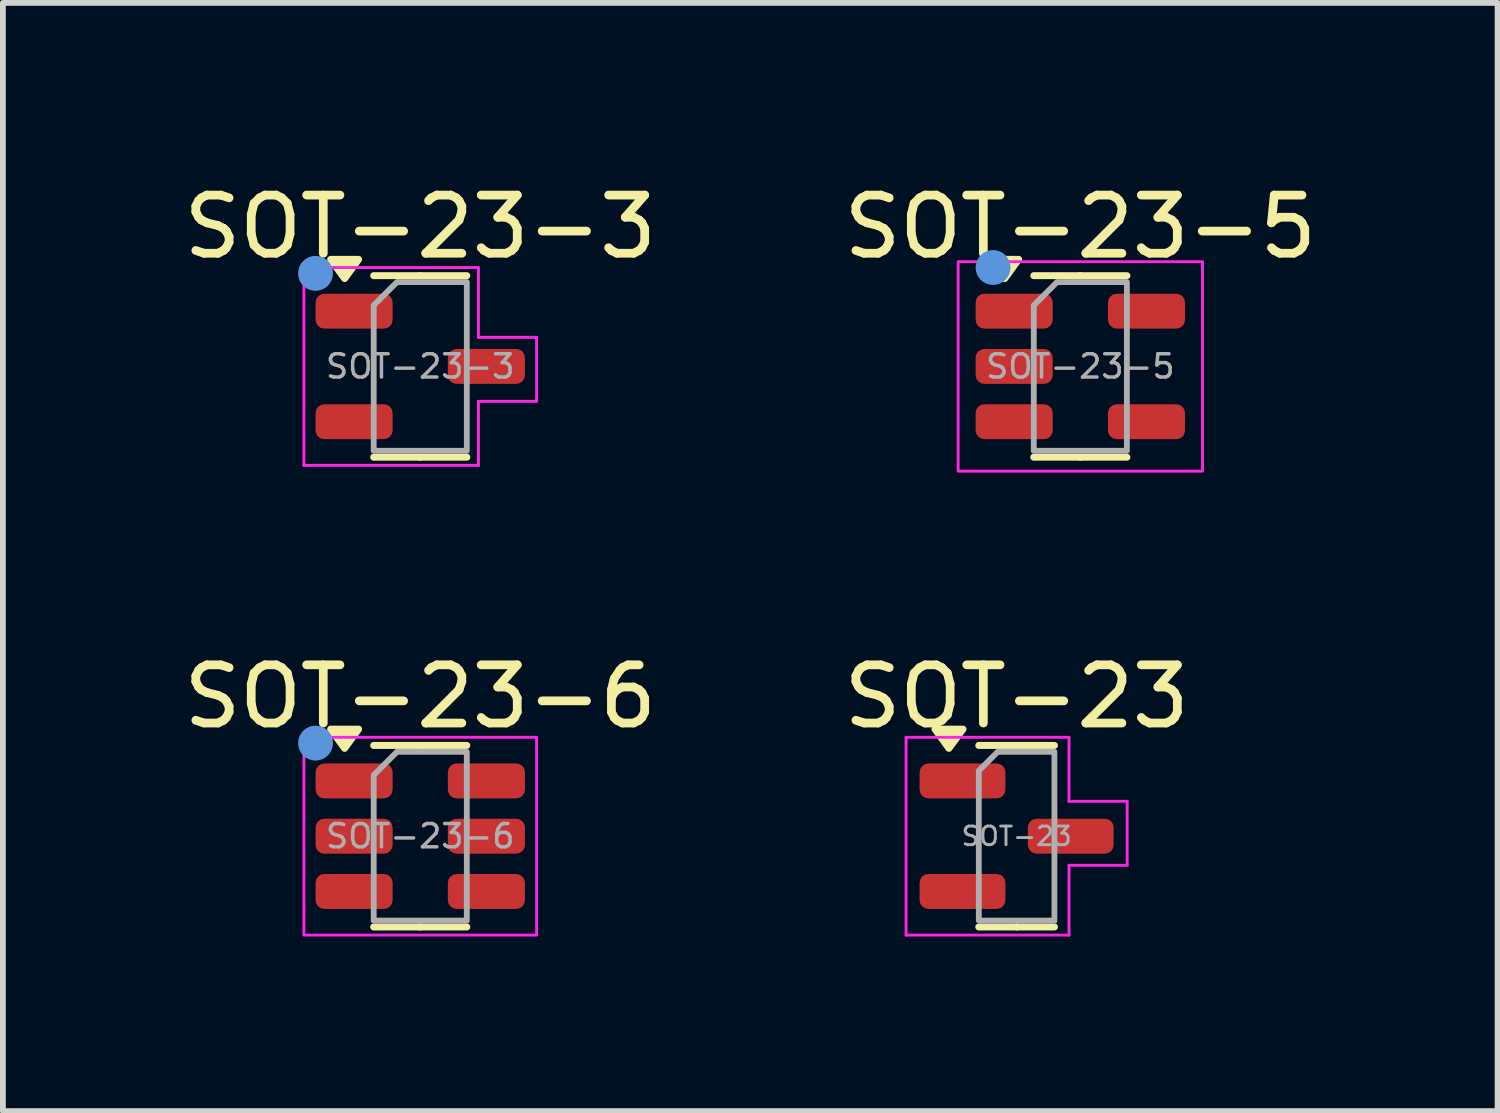
<source format=kicad_pcb>
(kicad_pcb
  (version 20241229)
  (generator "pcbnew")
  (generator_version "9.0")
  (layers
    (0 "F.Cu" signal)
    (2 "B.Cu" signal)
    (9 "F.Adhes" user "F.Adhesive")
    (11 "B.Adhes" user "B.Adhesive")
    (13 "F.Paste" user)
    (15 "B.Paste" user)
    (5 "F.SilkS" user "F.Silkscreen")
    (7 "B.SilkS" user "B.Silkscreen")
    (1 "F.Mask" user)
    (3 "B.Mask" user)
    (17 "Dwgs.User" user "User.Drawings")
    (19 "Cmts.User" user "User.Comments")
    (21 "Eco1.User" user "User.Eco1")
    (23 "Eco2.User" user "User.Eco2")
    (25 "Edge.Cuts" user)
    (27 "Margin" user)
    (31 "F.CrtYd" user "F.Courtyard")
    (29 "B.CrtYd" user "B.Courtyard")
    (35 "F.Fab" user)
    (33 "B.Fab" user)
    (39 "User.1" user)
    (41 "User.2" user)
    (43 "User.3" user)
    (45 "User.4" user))
  (footprint "SOT-23-6"
    (layer "F.Cu")
    (at 4.173 11.322)
    (property "Reference" "SOT-23-6" (at 0 -2.4 0) (layer "F.SilkS") (effects (font (size 1 1) (thickness 0.15))))
    (attr smd)
    (fp_line (start 0 -1.56) (end -0.8 -1.56) (stroke (width 0.12) (type solid)) (layer "F.SilkS"))
    (fp_line (start 0 -1.56) (end 0.8 -1.56) (stroke (width 0.12) (type solid)) (layer "F.SilkS"))
    (fp_line (start 0 1.56) (end -0.8 1.56) (stroke (width 0.12) (type solid)) (layer "F.SilkS"))
    (fp_line (start 0 1.56) (end 0.8 1.56) (stroke (width 0.12) (type solid)) (layer "F.SilkS"))
    (fp_poly (pts (xy -1.3 -1.51) (xy -1.54 -1.84) (xy -1.06 -1.84)) (stroke (width 0.12) (type solid)) (fill yes) (layer "F.SilkS"))
    (fp_circle (center -1.8 -1.6) (end -1.65 -1.6) (stroke (width 0.3) (type solid)) (fill no) (layer "Cmts.User"))
    (fp_rect (start -2 -1.7) (end 2 1.7) (stroke (width 0.05) (type default)) (fill no) (layer "F.CrtYd"))
    (fp_poly (pts (xy -0.8 -1.05) (xy -0.8 1.45) (xy 0.8 1.45) (xy 0.8 -1.45) (xy -0.4 -1.45)) (stroke (width 0.1) (type solid)) (fill no) (layer "F.Fab"))
    (fp_text user "${REFERENCE}" (at 0 0 0) (layer "F.Fab") (effects (font (size 0.4 0.4) (thickness 0.06))))
    (pad "1" smd roundrect (at -1.137 -0.95) (size 1.325 0.6) (layers "F.Cu" "F.Mask" "F.Paste") (roundrect_rratio 0.25))
    (pad "2" smd roundrect (at -1.137 0) (size 1.325 0.6) (layers "F.Cu" "F.Mask" "F.Paste") (roundrect_rratio 0.25))
    (pad "3" smd roundrect (at -1.137 0.95) (size 1.325 0.6) (layers "F.Cu" "F.Mask" "F.Paste") (roundrect_rratio 0.25))
    (pad "4" smd roundrect (at 1.137 0.95) (size 1.325 0.6) (layers "F.Cu" "F.Mask" "F.Paste") (roundrect_rratio 0.25))
    (pad "5" smd roundrect (at 1.137 0) (size 1.325 0.6) (layers "F.Cu" "F.Mask" "F.Paste") (roundrect_rratio 0.25))
    (pad "6" smd roundrect (at 1.137 -0.95) (size 1.325 0.6) (layers "F.Cu" "F.Mask" "F.Paste") (roundrect_rratio 0.25)))
  (footprint "SOT-23-5"
    (layer "F.Cu")
    (at 15.518 3.248)
    (property "Reference" "SOT-23-5" (at 0 -2.4 0) (layer "F.SilkS") (effects (font (size 1 1) (thickness 0.15))))
    (attr smd)
    (fp_line (start 0 -1.56) (end -0.8 -1.56) (stroke (width 0.12) (type solid)) (layer "F.SilkS"))
    (fp_line (start 0 -1.56) (end 0.8 -1.56) (stroke (width 0.12) (type solid)) (layer "F.SilkS"))
    (fp_line (start 0 1.56) (end -0.8 1.56) (stroke (width 0.12) (type solid)) (layer "F.SilkS"))
    (fp_line (start 0 1.56) (end 0.8 1.56) (stroke (width 0.12) (type solid)) (layer "F.SilkS"))
    (fp_poly (pts (xy -1.3 -1.51) (xy -1.54 -1.84) (xy -1.06 -1.84)) (stroke (width 0.12) (type solid)) (fill yes) (layer "F.SilkS"))
    (fp_circle (center -1.5 -1.7) (end -1.35 -1.7) (stroke (width 0.3) (type solid)) (fill no) (layer "Cmts.User"))
    (fp_rect (start -2.1 -1.8) (end 2.1 1.8) (stroke (width 0.05) (type default)) (fill no) (layer "F.CrtYd"))
    (fp_poly (pts (xy -0.8 -1.05) (xy -0.8 1.45) (xy 0.8 1.45) (xy 0.8 -1.45) (xy -0.4 -1.45)) (stroke (width 0.1) (type solid)) (fill no) (layer "F.Fab"))
    (fp_text user "${REFERENCE}" (at 0 0 0) (layer "F.Fab") (effects (font (size 0.4 0.4) (thickness 0.06))))
    (pad "1" smd roundrect (at -1.137 -0.95) (size 1.325 0.6) (layers "F.Cu" "F.Mask" "F.Paste") (roundrect_rratio 0.25))
    (pad "2" smd roundrect (at -1.137 0) (size 1.325 0.6) (layers "F.Cu" "F.Mask" "F.Paste") (roundrect_rratio 0.25))
    (pad "3" smd roundrect (at -1.137 0.95) (size 1.325 0.6) (layers "F.Cu" "F.Mask" "F.Paste") (roundrect_rratio 0.25))
    (pad "4" smd roundrect (at 1.137 0.95) (size 1.325 0.6) (layers "F.Cu" "F.Mask" "F.Paste") (roundrect_rratio 0.25))
    (pad "5" smd roundrect (at 1.137 -0.95) (size 1.325 0.6) (layers "F.Cu" "F.Mask" "F.Paste") (roundrect_rratio 0.25)))
  (footprint "SOT-23-3"
    (layer "F.Cu")
    (at 4.173 3.248)
    (property "Reference" "SOT-23-3" (at 0 -2.4 0) (layer "F.SilkS") (effects (font (size 1 1) (thickness 0.15))))
    (attr smd)
    (fp_line (start 0 -1.56) (end -0.8 -1.56) (stroke (width 0.12) (type solid)) (layer "F.SilkS"))
    (fp_line (start 0 -1.56) (end 0.8 -1.56) (stroke (width 0.12) (type solid)) (layer "F.SilkS"))
    (fp_line (start 0 1.56) (end -0.8 1.56) (stroke (width 0.12) (type solid)) (layer "F.SilkS"))
    (fp_line (start 0 1.56) (end 0.8 1.56) (stroke (width 0.12) (type solid)) (layer "F.SilkS"))
    (fp_poly (pts (xy -1.3 -1.51) (xy -1.54 -1.84) (xy -1.06 -1.84)) (stroke (width 0.12) (type solid)) (fill yes) (layer "F.SilkS"))
    (fp_circle (center -1.8 -1.6) (end -1.65 -1.6) (stroke (width 0.3) (type solid)) (fill no) (layer "Cmts.User"))
    (fp_line (start -2 -1.7) (end 1 -1.7) (stroke (width 0.05) (type solid)) (layer "F.CrtYd"))
    (fp_line (start -2 1.7) (end -2 -1.7) (stroke (width 0.05) (type solid)) (layer "F.CrtYd"))
    (fp_line (start 1 -1.7) (end 1 -0.5) (stroke (width 0.05) (type solid)) (layer "F.CrtYd"))
    (fp_line (start 1 -0.5) (end 2 -0.5) (stroke (width 0.05) (type solid)) (layer "F.CrtYd"))
    (fp_line (start 1 0.6) (end 1 1.7) (stroke (width 0.05) (type solid)) (layer "F.CrtYd"))
    (fp_line (start 1 1.7) (end -2 1.7) (stroke (width 0.05) (type solid)) (layer "F.CrtYd"))
    (fp_line (start 2 -0.5) (end 2 0.6) (stroke (width 0.05) (type solid)) (layer "F.CrtYd"))
    (fp_line (start 2 0.6) (end 1 0.6) (stroke (width 0.05) (type solid)) (layer "F.CrtYd"))
    (fp_poly (pts (xy -0.8 -1.05) (xy -0.8 1.45) (xy 0.8 1.45) (xy 0.8 -1.45) (xy -0.4 -1.45)) (stroke (width 0.1) (type solid)) (fill no) (layer "F.Fab"))
    (fp_text user "${REFERENCE}" (at 0 0 0) (layer "F.Fab") (effects (font (size 0.4 0.4) (thickness 0.06))))
    (pad "1" smd roundrect (at -1.137 -0.95) (size 1.325 0.6) (layers "F.Cu" "F.Mask" "F.Paste") (roundrect_rratio 0.25))
    (pad "2" smd roundrect (at -1.137 0.95) (size 1.325 0.6) (layers "F.Cu" "F.Mask" "F.Paste") (roundrect_rratio 0.25))
    (pad "3" smd roundrect (at 1.137 0) (size 1.325 0.6) (layers "F.Cu" "F.Mask" "F.Paste") (roundrect_rratio 0.25)))
  (footprint "SOT-23"
    (layer "F.Cu")
    (at 14.423 11.322)
    (property "Reference" "SOT-23" (at 0 -2.4 0) (layer "F.SilkS") (effects (font (size 1 1) (thickness 0.15))))
    (attr smd)
    (fp_line (start 0 -1.56) (end -0.65 -1.56) (stroke (width 0.12) (type solid)) (layer "F.SilkS"))
    (fp_line (start 0 -1.56) (end 0.65 -1.56) (stroke (width 0.12) (type solid)) (layer "F.SilkS"))
    (fp_line (start 0 1.56) (end -0.65 1.56) (stroke (width 0.12) (type solid)) (layer "F.SilkS"))
    (fp_line (start 0 1.56) (end 0.65 1.56) (stroke (width 0.12) (type solid)) (layer "F.SilkS"))
    (fp_poly (pts (xy -1.163 -1.51) (xy -1.403 -1.84) (xy -0.922 -1.84)) (stroke (width 0.12) (type solid)) (fill yes) (layer "F.SilkS"))
    (fp_line (start -1.9 -1.7) (end 0.9 -1.7) (stroke (width 0.05) (type solid)) (layer "F.CrtYd"))
    (fp_line (start -1.9 1.7) (end -1.9 -1.7) (stroke (width 0.05) (type solid)) (layer "F.CrtYd"))
    (fp_line (start 0.9 -1.7) (end 0.9 -0.6) (stroke (width 0.05) (type solid)) (layer "F.CrtYd"))
    (fp_line (start 0.9 -0.6) (end 1.9 -0.6) (stroke (width 0.05) (type solid)) (layer "F.CrtYd"))
    (fp_line (start 0.9 0.5) (end 0.9 1.7) (stroke (width 0.05) (type solid)) (layer "F.CrtYd"))
    (fp_line (start 0.9 1.7) (end -1.9 1.7) (stroke (width 0.05) (type solid)) (layer "F.CrtYd"))
    (fp_line (start 1.9 -0.6) (end 1.9 0.5) (stroke (width 0.05) (type solid)) (layer "F.CrtYd"))
    (fp_line (start 1.9 0.5) (end 0.9 0.5) (stroke (width 0.05) (type solid)) (layer "F.CrtYd"))
    (fp_poly (pts (xy -0.65 -1.125) (xy -0.65 1.45) (xy 0.65 1.45) (xy 0.65 -1.45) (xy -0.325 -1.45)) (stroke (width 0.1) (type solid)) (fill no) (layer "F.Fab"))
    (fp_text user "${REFERENCE}" (at 0 0 0) (layer "F.Fab") (effects (font (size 0.32 0.32) (thickness 0.05))))
    (pad "1" smd roundrect (at -0.93 -0.95) (size 1.475 0.6) (layers "F.Cu" "F.Mask" "F.Paste") (roundrect_rratio 0.25))
    (pad "2" smd roundrect (at -0.93 0.95) (size 1.475 0.6) (layers "F.Cu" "F.Mask" "F.Paste") (roundrect_rratio 0.25))
    (pad "3" smd roundrect (at 0.93 0) (size 1.475 0.6) (layers "F.Cu" "F.Mask" "F.Paste") (roundrect_rratio 0.25)))
  (gr_rect
    (start -3 -3)
    (end 22.69 16.047)
    (stroke (width 0.1) (type default))
    (fill no)
    (layer "Edge.Cuts")))
</source>
